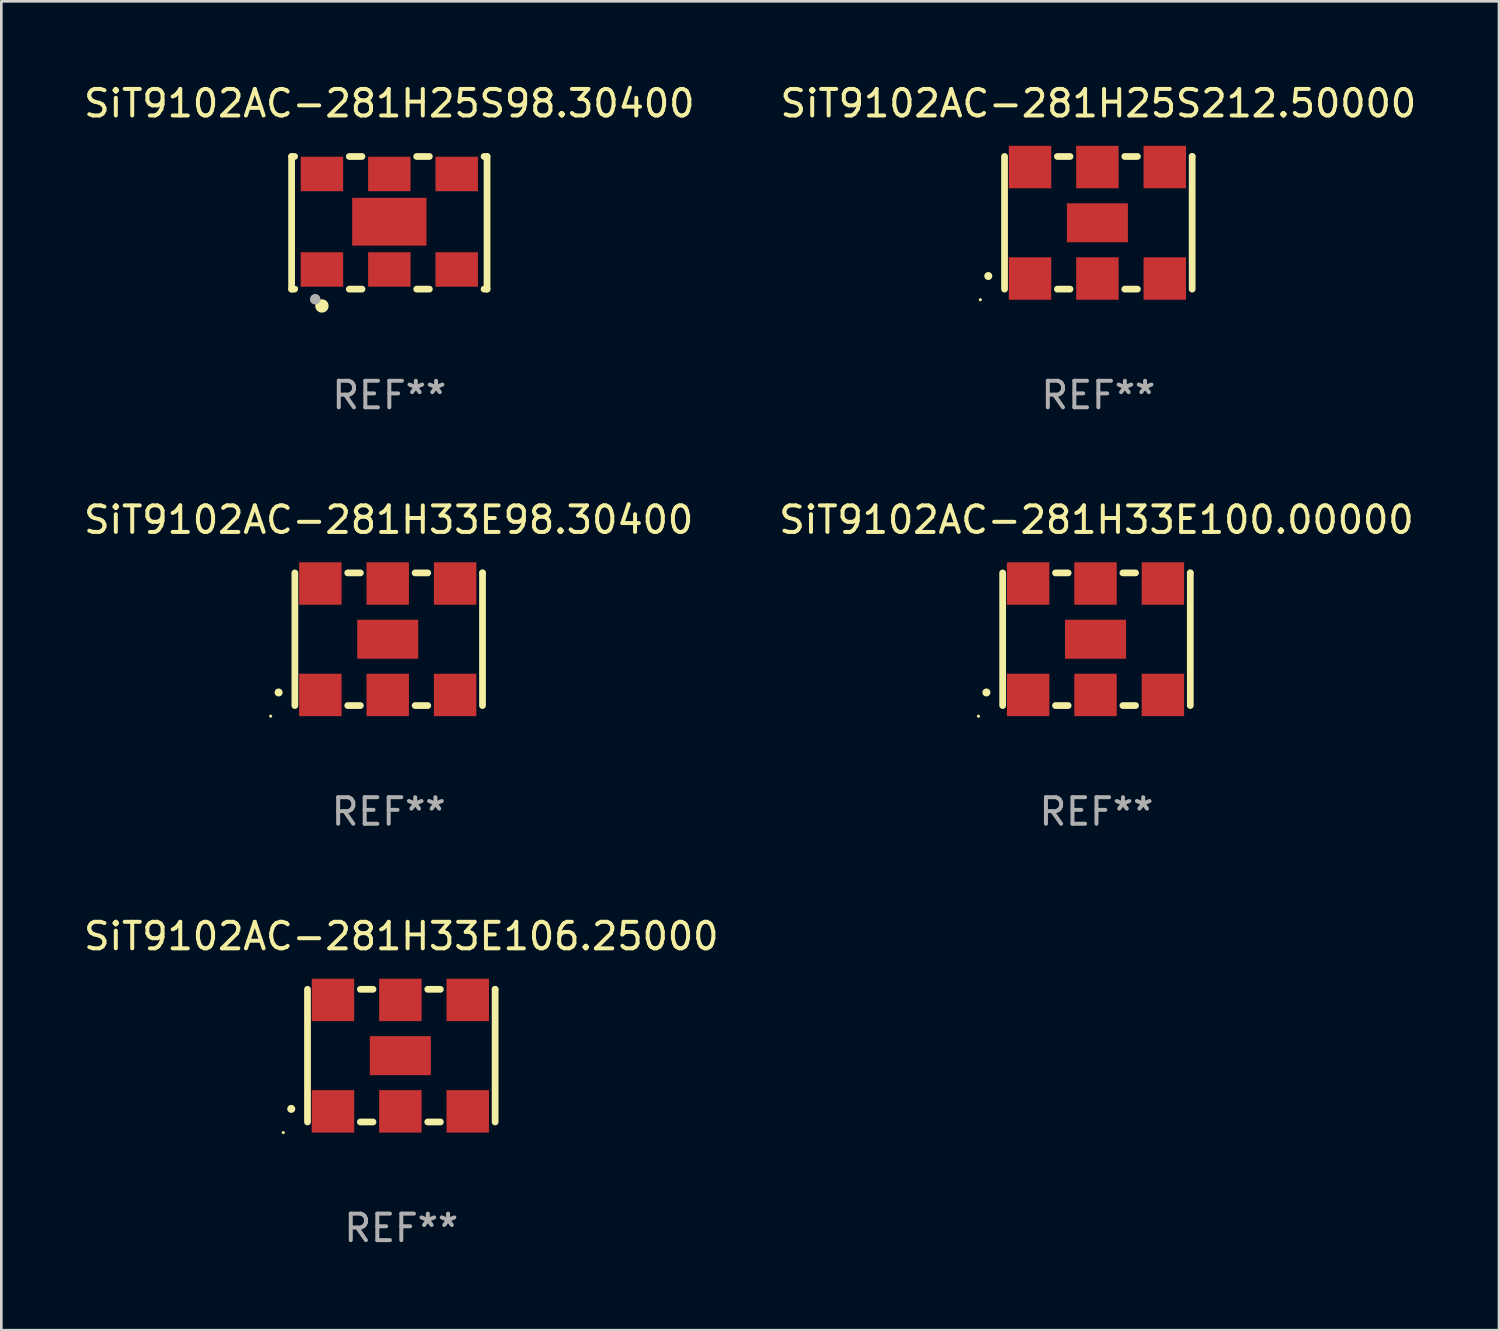
<source format=kicad_pcb>
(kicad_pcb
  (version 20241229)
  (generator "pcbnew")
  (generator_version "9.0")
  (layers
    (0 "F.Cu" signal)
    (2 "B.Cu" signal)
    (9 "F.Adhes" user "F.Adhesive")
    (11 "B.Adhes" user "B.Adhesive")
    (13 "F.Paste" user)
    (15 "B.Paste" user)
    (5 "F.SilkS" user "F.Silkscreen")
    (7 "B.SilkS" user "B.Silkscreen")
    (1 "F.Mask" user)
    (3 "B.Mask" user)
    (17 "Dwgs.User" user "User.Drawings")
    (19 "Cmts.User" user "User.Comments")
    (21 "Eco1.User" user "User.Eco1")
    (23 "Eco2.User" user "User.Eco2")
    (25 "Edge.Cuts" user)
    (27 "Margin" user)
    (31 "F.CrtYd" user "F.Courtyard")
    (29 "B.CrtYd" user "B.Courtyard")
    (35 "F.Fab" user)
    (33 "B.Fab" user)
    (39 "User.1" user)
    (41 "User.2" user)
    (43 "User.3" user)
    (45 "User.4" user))
  (footprint "SiT9102AC-281H25S212.50000"
    (layer "F.Cu")
    (at 38.351 5.348)
    (property "Reference" "SiT9102AC-281H25S212.50000" (at 0 -4.5 0) (layer "F.SilkS") (effects (font (size 1 1) (thickness 0.15))))
    (attr through_hole)
    (fp_line (start -3.536 -2.5) (end -3.536 2.5) (stroke (width 0.254) (type solid)) (layer "F.SilkS"))
    (fp_line (start -1.544 2.5) (end -1.067 2.5) (stroke (width 0.254) (type solid)) (layer "F.SilkS"))
    (fp_line (start -1.067 -2.5) (end -1.544 -2.5) (stroke (width 0.254) (type solid)) (layer "F.SilkS"))
    (fp_line (start 0.996 2.5) (end 1.473 2.5) (stroke (width 0.254) (type solid)) (layer "F.SilkS"))
    (fp_line (start 1.473 -2.5) (end 0.996 -2.5) (stroke (width 0.254) (type solid)) (layer "F.SilkS"))
    (fp_line (start 3.536 -2.5) (end 3.536 -2.5) (stroke (width 0.254) (type solid)) (layer "F.SilkS"))
    (fp_line (start 3.536 2.5) (end 3.536 -2.5) (stroke (width 0.254) (type solid)) (layer "F.SilkS"))
    (fp_arc (start -4.150432 2.006604) (mid -4.149162 2.006599) (end -4.147892 2.006604) (stroke (width 0.3) (type solid)) (layer "F.SilkS"))
    (fp_circle (center -4.449 2.9) (end -4.419 2.9) (stroke (width 0.06) (type solid)) (fill no) (layer "F.SilkS"))
    (fp_text user "REF**" (at 0 6.5 0) (layer "F.Fab") (effects (font (size 1 1) (thickness 0.15))))
    (pad "1" smd rect (at -2.576 2.1) (size 1.6 1.6) (layers "F.Cu" "F.Mask" "F.Paste"))
    (pad "2" smd rect (at -0.036 2.1) (size 1.6 1.6) (layers "F.Cu" "F.Mask" "F.Paste"))
    (pad "3" smd rect (at 2.504 2.1) (size 1.6 1.6) (layers "F.Cu" "F.Mask" "F.Paste"))
    (pad "4" smd rect (at 2.504 -2.1) (size 1.6 1.6) (layers "F.Cu" "F.Mask" "F.Paste"))
    (pad "5" smd rect (at -0.036 -2.1) (size 1.6 1.6) (layers "F.Cu" "F.Mask" "F.Paste"))
    (pad "6" smd rect (at -2.576 -2.1) (size 1.6 1.6) (layers "F.Cu" "F.Mask" "F.Paste"))
    (pad "7" smd rect (at -0.036 0) (size 2.3 1.47) (layers "F.Cu" "F.Mask" "F.Paste")))
  (footprint "SiT9102AC-281H25S98.30400"
    (layer "F.Cu")
    (at 11.625 5.348)
    (property "Reference" "SiT9102AC-281H25S98.30400" (at 0 -4.5 0) (layer "F.SilkS") (effects (font (size 1 1) (thickness 0.15))))
    (attr through_hole)
    (fp_line (start -3.683 -2.5) (end -3.571 -2.5) (stroke (width 0.254) (type solid)) (layer "F.SilkS"))
    (fp_line (start -3.683 2.5) (end -3.683 -2.5) (stroke (width 0.254) (type solid)) (layer "F.SilkS"))
    (fp_line (start -3.683 2.5) (end -3.571 2.5) (stroke (width 0.254) (type solid)) (layer "F.SilkS"))
    (fp_line (start -1.509 -2.5) (end -1.031 -2.5) (stroke (width 0.254) (type solid)) (layer "F.SilkS"))
    (fp_line (start -1.509 2.5) (end -1.031 2.5) (stroke (width 0.254) (type solid)) (layer "F.SilkS"))
    (fp_line (start 1.031 -2.5) (end 1.509 -2.5) (stroke (width 0.254) (type solid)) (layer "F.SilkS"))
    (fp_line (start 1.031 2.5) (end 1.509 2.5) (stroke (width 0.254) (type solid)) (layer "F.SilkS"))
    (fp_line (start 3.571 -2.5) (end 3.683 -2.5) (stroke (width 0.254) (type solid)) (layer "F.SilkS"))
    (fp_line (start 3.571 2.5) (end 3.683 2.5) (stroke (width 0.254) (type solid)) (layer "F.SilkS"))
    (fp_line (start 3.683 2.5) (end 3.683 -2.5) (stroke (width 0.254) (type solid)) (layer "F.SilkS"))
    (fp_circle (center -3.5 2.46) (end -3.47 2.46) (stroke (width 0.06) (type solid)) (fill no) (layer "F.SilkS"))
    (fp_circle (center -2.54 3.135) (end -2.413 3.135) (stroke (width 0.254) (type solid)) (fill no) (layer "F.SilkS"))
    (fp_circle (center -2.794 2.881) (end -2.694 2.881) (stroke (width 0.2) (type solid)) (fill no) (layer "F.Fab"))
    (fp_text user "REF**" (at 0 6.5 0) (layer "F.Fab") (effects (font (size 1 1) (thickness 0.15))))
    (pad "1" smd rect (at -2.54 1.76) (size 1.6 1.3) (layers "F.Cu" "F.Mask" "F.Paste"))
    (pad "2" smd rect (at 0 1.76) (size 1.6 1.3) (layers "F.Cu" "F.Mask" "F.Paste"))
    (pad "3" smd rect (at 2.54 1.76) (size 1.6 1.3) (layers "F.Cu" "F.Mask" "F.Paste"))
    (pad "4" smd rect (at 2.54 -1.84) (size 1.6 1.3) (layers "F.Cu" "F.Mask" "F.Paste"))
    (pad "5" smd rect (at 0 -1.84) (size 1.6 1.3) (layers "F.Cu" "F.Mask" "F.Paste"))
    (pad "6" smd rect (at -2.54 -1.84) (size 1.6 1.3) (layers "F.Cu" "F.Mask" "F.Paste"))
    (pad "7" smd rect (at 0 -0.04) (size 2.8 1.8) (layers "F.Cu" "F.Mask" "F.Paste")))
  (footprint "SiT9102AC-281H33E106.25000"
    (layer "F.Cu")
    (at 12.077 36.741)
    (property "Reference" "SiT9102AC-281H33E106.25000" (at 0 -4.5 0) (layer "F.SilkS") (effects (font (size 1 1) (thickness 0.15))))
    (attr through_hole)
    (fp_line (start -3.536 -2.5) (end -3.536 2.5) (stroke (width 0.254) (type solid)) (layer "F.SilkS"))
    (fp_line (start -1.544 2.5) (end -1.067 2.5) (stroke (width 0.254) (type solid)) (layer "F.SilkS"))
    (fp_line (start -1.067 -2.5) (end -1.544 -2.5) (stroke (width 0.254) (type solid)) (layer "F.SilkS"))
    (fp_line (start 0.996 2.5) (end 1.473 2.5) (stroke (width 0.254) (type solid)) (layer "F.SilkS"))
    (fp_line (start 1.473 -2.5) (end 0.996 -2.5) (stroke (width 0.254) (type solid)) (layer "F.SilkS"))
    (fp_line (start 3.536 -2.5) (end 3.536 -2.5) (stroke (width 0.254) (type solid)) (layer "F.SilkS"))
    (fp_line (start 3.536 2.5) (end 3.536 -2.5) (stroke (width 0.254) (type solid)) (layer "F.SilkS"))
    (fp_arc (start -4.150432 2.006604) (mid -4.149162 2.006599) (end -4.147892 2.006604) (stroke (width 0.3) (type solid)) (layer "F.SilkS"))
    (fp_circle (center -4.449 2.9) (end -4.419 2.9) (stroke (width 0.06) (type solid)) (fill no) (layer "F.SilkS"))
    (fp_text user "REF**" (at 0 6.5 0) (layer "F.Fab") (effects (font (size 1 1) (thickness 0.15))))
    (pad "1" smd rect (at -2.576 2.1) (size 1.6 1.6) (layers "F.Cu" "F.Mask" "F.Paste"))
    (pad "2" smd rect (at -0.036 2.1) (size 1.6 1.6) (layers "F.Cu" "F.Mask" "F.Paste"))
    (pad "3" smd rect (at 2.504 2.1) (size 1.6 1.6) (layers "F.Cu" "F.Mask" "F.Paste"))
    (pad "4" smd rect (at 2.504 -2.1) (size 1.6 1.6) (layers "F.Cu" "F.Mask" "F.Paste"))
    (pad "5" smd rect (at -0.036 -2.1) (size 1.6 1.6) (layers "F.Cu" "F.Mask" "F.Paste"))
    (pad "6" smd rect (at -2.576 -2.1) (size 1.6 1.6) (layers "F.Cu" "F.Mask" "F.Paste"))
    (pad "7" smd rect (at -0.036 0) (size 2.3 1.47) (layers "F.Cu" "F.Mask" "F.Paste")))
  (footprint "SiT9102AC-281H33E100.00000"
    (layer "F.Cu")
    (at 38.28 21.045)
    (property "Reference" "SiT9102AC-281H33E100.00000" (at 0 -4.5 0) (layer "F.SilkS") (effects (font (size 1 1) (thickness 0.15))))
    (attr through_hole)
    (fp_line (start -3.536 -2.5) (end -3.536 2.5) (stroke (width 0.254) (type solid)) (layer "F.SilkS"))
    (fp_line (start -1.544 2.5) (end -1.067 2.5) (stroke (width 0.254) (type solid)) (layer "F.SilkS"))
    (fp_line (start -1.067 -2.5) (end -1.544 -2.5) (stroke (width 0.254) (type solid)) (layer "F.SilkS"))
    (fp_line (start 0.996 2.5) (end 1.473 2.5) (stroke (width 0.254) (type solid)) (layer "F.SilkS"))
    (fp_line (start 1.473 -2.5) (end 0.996 -2.5) (stroke (width 0.254) (type solid)) (layer "F.SilkS"))
    (fp_line (start 3.536 -2.5) (end 3.536 -2.5) (stroke (width 0.254) (type solid)) (layer "F.SilkS"))
    (fp_line (start 3.536 2.5) (end 3.536 -2.5) (stroke (width 0.254) (type solid)) (layer "F.SilkS"))
    (fp_arc (start -4.150432 2.006604) (mid -4.149162 2.006599) (end -4.147892 2.006604) (stroke (width 0.3) (type solid)) (layer "F.SilkS"))
    (fp_circle (center -4.449 2.9) (end -4.419 2.9) (stroke (width 0.06) (type solid)) (fill no) (layer "F.SilkS"))
    (fp_text user "REF**" (at 0 6.5 0) (layer "F.Fab") (effects (font (size 1 1) (thickness 0.15))))
    (pad "1" smd rect (at -2.576 2.1) (size 1.6 1.6) (layers "F.Cu" "F.Mask" "F.Paste"))
    (pad "2" smd rect (at -0.036 2.1) (size 1.6 1.6) (layers "F.Cu" "F.Mask" "F.Paste"))
    (pad "3" smd rect (at 2.504 2.1) (size 1.6 1.6) (layers "F.Cu" "F.Mask" "F.Paste"))
    (pad "4" smd rect (at 2.504 -2.1) (size 1.6 1.6) (layers "F.Cu" "F.Mask" "F.Paste"))
    (pad "5" smd rect (at -0.036 -2.1) (size 1.6 1.6) (layers "F.Cu" "F.Mask" "F.Paste"))
    (pad "6" smd rect (at -2.576 -2.1) (size 1.6 1.6) (layers "F.Cu" "F.Mask" "F.Paste"))
    (pad "7" smd rect (at -0.036 0) (size 2.3 1.47) (layers "F.Cu" "F.Mask" "F.Paste")))
  (footprint "SiT9102AC-281H33E98.30400"
    (layer "F.Cu")
    (at 11.601 21.045)
    (property "Reference" "SiT9102AC-281H33E98.30400" (at 0 -4.5 0) (layer "F.SilkS") (effects (font (size 1 1) (thickness 0.15))))
    (attr through_hole)
    (fp_line (start -3.536 -2.5) (end -3.536 2.5) (stroke (width 0.254) (type solid)) (layer "F.SilkS"))
    (fp_line (start -1.544 2.5) (end -1.067 2.5) (stroke (width 0.254) (type solid)) (layer "F.SilkS"))
    (fp_line (start -1.067 -2.5) (end -1.544 -2.5) (stroke (width 0.254) (type solid)) (layer "F.SilkS"))
    (fp_line (start 0.996 2.5) (end 1.473 2.5) (stroke (width 0.254) (type solid)) (layer "F.SilkS"))
    (fp_line (start 1.473 -2.5) (end 0.996 -2.5) (stroke (width 0.254) (type solid)) (layer "F.SilkS"))
    (fp_line (start 3.536 -2.5) (end 3.536 -2.5) (stroke (width 0.254) (type solid)) (layer "F.SilkS"))
    (fp_line (start 3.536 2.5) (end 3.536 -2.5) (stroke (width 0.254) (type solid)) (layer "F.SilkS"))
    (fp_arc (start -4.150432 2.006604) (mid -4.149162 2.006599) (end -4.147892 2.006604) (stroke (width 0.3) (type solid)) (layer "F.SilkS"))
    (fp_circle (center -4.449 2.9) (end -4.419 2.9) (stroke (width 0.06) (type solid)) (fill no) (layer "F.SilkS"))
    (fp_text user "REF**" (at 0 6.5 0) (layer "F.Fab") (effects (font (size 1 1) (thickness 0.15))))
    (pad "1" smd rect (at -2.576 2.1) (size 1.6 1.6) (layers "F.Cu" "F.Mask" "F.Paste"))
    (pad "2" smd rect (at -0.036 2.1) (size 1.6 1.6) (layers "F.Cu" "F.Mask" "F.Paste"))
    (pad "3" smd rect (at 2.504 2.1) (size 1.6 1.6) (layers "F.Cu" "F.Mask" "F.Paste"))
    (pad "4" smd rect (at 2.504 -2.1) (size 1.6 1.6) (layers "F.Cu" "F.Mask" "F.Paste"))
    (pad "5" smd rect (at -0.036 -2.1) (size 1.6 1.6) (layers "F.Cu" "F.Mask" "F.Paste"))
    (pad "6" smd rect (at -2.576 -2.1) (size 1.6 1.6) (layers "F.Cu" "F.Mask" "F.Paste"))
    (pad "7" smd rect (at -0.036 0) (size 2.3 1.47) (layers "F.Cu" "F.Mask" "F.Paste")))
  (gr_rect
    (start -3 -3)
    (end 53.452 47.09)
    (stroke (width 0.1) (type default))
    (fill no)
    (layer "Edge.Cuts")))
</source>
